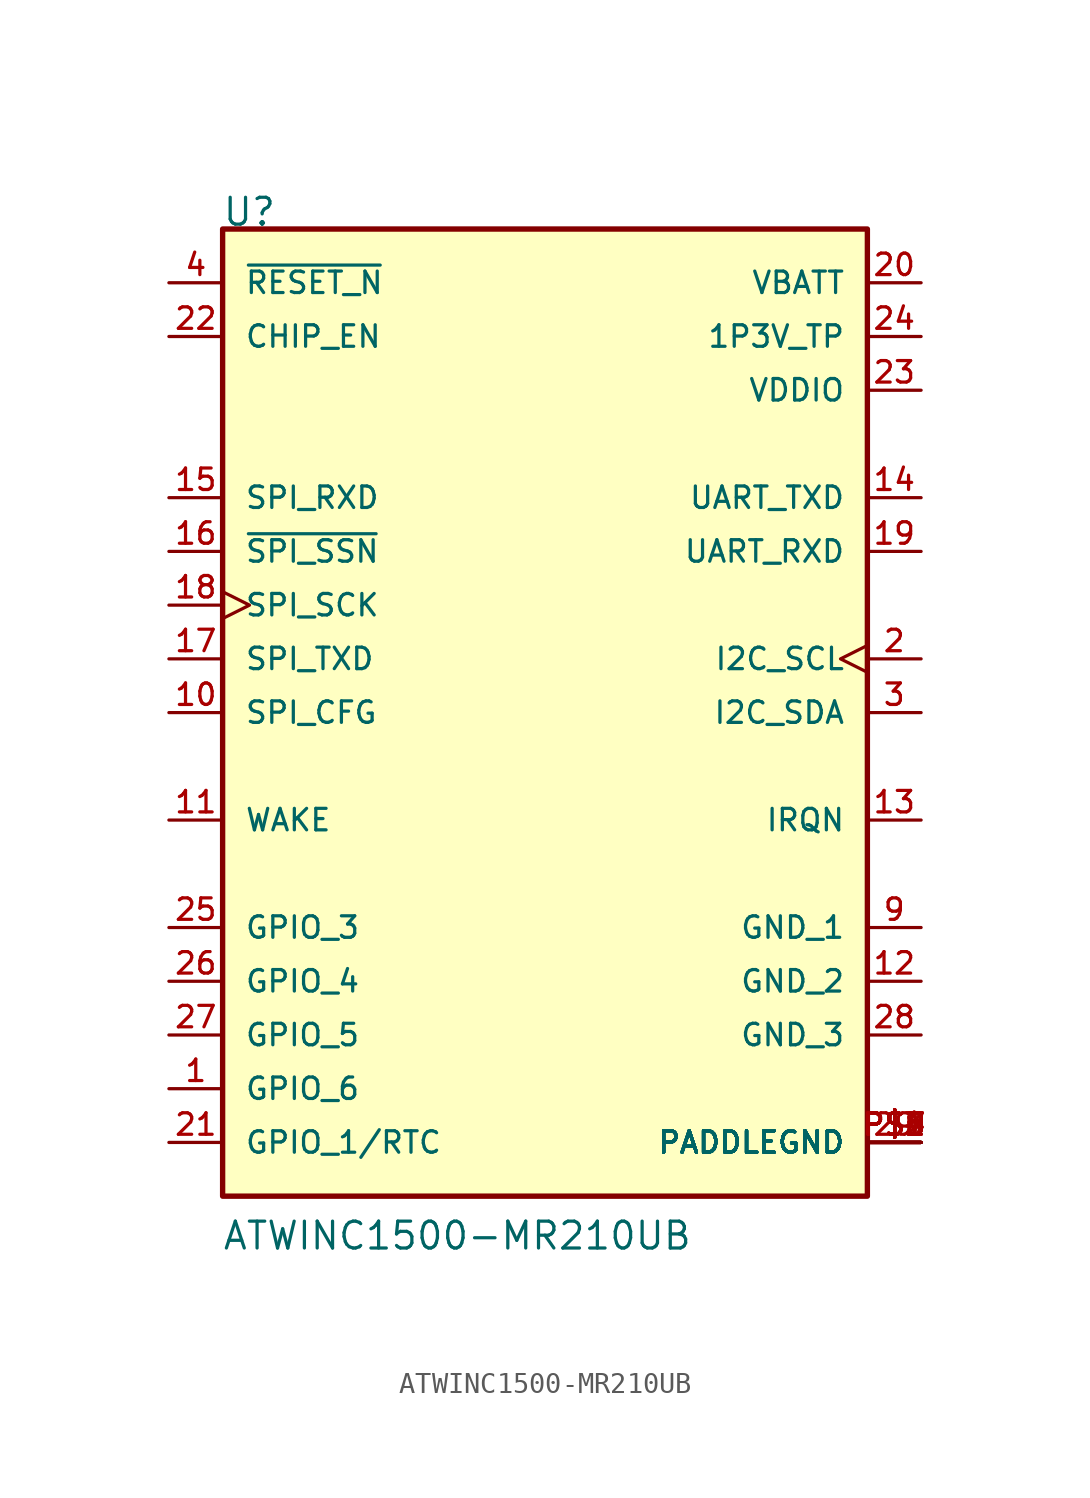
<source format=kicad_sym>
(kicad_symbol_lib
  (version 20211014)
  (generator kicad_symbol_editor)
  (symbol "ATWINC1500-MR210UB"
    (pin_names
      (offset 1.016))
    (property "Reference" "U"
      (at -15.285 22.928 0)
      (effects (font (size 1.27 1.27)) (justify bottom left)))
    (property "Value" "ATWINC1500-MR210UB"
      (at -15.284 -25.473 0)
      (effects (font (size 1.27 1.27)) (justify bottom left)))
    (symbol "ATWINC1500-MR210UB_0_0"
      (rectangle (start -15.24 -22.86) (end 15.24 22.86) (stroke (width 0.254)) (fill (type background)))
      (pin bidirectional line (at -17.78 -17.78 0) (length 2.54) (name "GPIO_6" (effects (font (size 1.016 1.016)))) (number "1" (effects (font (size 1.016 1.016)))))
      (pin bidirectional clock (at 17.78 2.54 180.0) (length 2.54) (name "I2C_SCL" (effects (font (size 1.016 1.016)))) (number "2" (effects (font (size 1.016 1.016)))))
      (pin input line (at -17.78 20.32 0) (length 2.54) (name "~{RESET_N}" (effects (font (size 1.016 1.016)))) (number "4" (effects (font (size 1.016 1.016)))))
      (pin bidirectional line (at 17.78 0.0 180.0) (length 2.54) (name "I2C_SDA" (effects (font (size 1.016 1.016)))) (number "3" (effects (font (size 1.016 1.016)))))
      (pin power_in line (at 17.78 -10.16 180.0) (length 2.54) (name "GND_1" (effects (font (size 1.016 1.016)))) (number "9" (effects (font (size 1.016 1.016)))))
      (pin input line (at -17.78 0.0 0) (length 2.54) (name "SPI_CFG" (effects (font (size 1.016 1.016)))) (number "10" (effects (font (size 1.016 1.016)))))
      (pin input line (at -17.78 -5.08 0) (length 2.54) (name "WAKE" (effects (font (size 1.016 1.016)))) (number "11" (effects (font (size 1.016 1.016)))))
      (pin power_in line (at 17.78 -12.7 180.0) (length 2.54) (name "GND_2" (effects (font (size 1.016 1.016)))) (number "12" (effects (font (size 1.016 1.016)))))
      (pin output line (at 17.78 -5.08 180.0) (length 2.54) (name "IRQN" (effects (font (size 1.016 1.016)))) (number "13" (effects (font (size 1.016 1.016)))))
      (pin output line (at 17.78 10.16 180.0) (length 2.54) (name "UART_TXD" (effects (font (size 1.016 1.016)))) (number "14" (effects (font (size 1.016 1.016)))))
      (pin input line (at -17.78 10.16 0) (length 2.54) (name "SPI_RXD" (effects (font (size 1.016 1.016)))) (number "15" (effects (font (size 1.016 1.016)))))
      (pin input line (at -17.78 7.62 0) (length 2.54) (name "~{SPI_SSN}" (effects (font (size 1.016 1.016)))) (number "16" (effects (font (size 1.016 1.016)))))
      (pin output line (at -17.78 2.54 0) (length 2.54) (name "SPI_TXD" (effects (font (size 1.016 1.016)))) (number "17" (effects (font (size 1.016 1.016)))))
      (pin input clock (at -17.78 5.08 0) (length 2.54) (name "SPI_SCK" (effects (font (size 1.016 1.016)))) (number "18" (effects (font (size 1.016 1.016)))))
      (pin input line (at 17.78 7.62 180.0) (length 2.54) (name "UART_RXD" (effects (font (size 1.016 1.016)))) (number "19" (effects (font (size 1.016 1.016)))))
      (pin power_in line (at 17.78 20.32 180.0) (length 2.54) (name "VBATT" (effects (font (size 1.016 1.016)))) (number "20" (effects (font (size 1.016 1.016)))))
      (pin input line (at -17.78 -20.32 0) (length 2.54) (name "GPIO_1/RTC" (effects (font (size 1.016 1.016)))) (number "21" (effects (font (size 1.016 1.016)))))
      (pin power_in line (at 17.78 15.24 180.0) (length 2.54) (name "VDDIO" (effects (font (size 1.016 1.016)))) (number "23" (effects (font (size 1.016 1.016)))))
      (pin input line (at -17.78 17.78 0) (length 2.54) (name "CHIP_EN" (effects (font (size 1.016 1.016)))) (number "22" (effects (font (size 1.016 1.016)))))
      (pin power_in line (at 17.78 17.78 180.0) (length 2.54) (name "1P3V_TP" (effects (font (size 1.016 1.016)))) (number "24" (effects (font (size 1.016 1.016)))))
      (pin bidirectional line (at -17.78 -10.16 0) (length 2.54) (name "GPIO_3" (effects (font (size 1.016 1.016)))) (number "25" (effects (font (size 1.016 1.016)))))
      (pin bidirectional line (at -17.78 -12.7 0) (length 2.54) (name "GPIO_4" (effects (font (size 1.016 1.016)))) (number "26" (effects (font (size 1.016 1.016)))))
      (pin bidirectional line (at -17.78 -15.24 0) (length 2.54) (name "GPIO_5" (effects (font (size 1.016 1.016)))) (number "27" (effects (font (size 1.016 1.016)))))
      (pin power_in line (at 17.78 -15.24 180.0) (length 2.54) (name "GND_3" (effects (font (size 1.016 1.016)))) (number "28" (effects (font (size 1.016 1.016)))))
      (pin power_in line (at 17.78 -20.32 180.0) (length 2.54) (name "PADDLEGND" (effects (font (size 1.016 1.016)))) (number "29" (effects (font (size 1.016 1.016)))))
      (pin power_in line (at 17.78 -20.32 180.0) (length 2.54) (name "PADDLEGND" (effects (font (size 1.016 1.016)))) (number "P$1" (effects (font (size 1.016 1.016)))))
      (pin power_in line (at 17.78 -20.32 180.0) (length 2.54) (name "PADDLEGND" (effects (font (size 1.016 1.016)))) (number "P$2" (effects (font (size 1.016 1.016)))))
      (pin power_in line (at 17.78 -20.32 180.0) (length 2.54) (name "PADDLEGND" (effects (font (size 1.016 1.016)))) (number "P$3" (effects (font (size 1.016 1.016)))))
      (pin power_in line (at 17.78 -20.32 180.0) (length 2.54) (name "PADDLEGND" (effects (font (size 1.016 1.016)))) (number "P$4" (effects (font (size 1.016 1.016)))))
      (pin power_in line (at 17.78 -20.32 180.0) (length 2.54) (name "PADDLEGND" (effects (font (size 1.016 1.016)))) (number "P$5" (effects (font (size 1.016 1.016)))))
      (pin power_in line (at 17.78 -20.32 180.0) (length 2.54) (name "PADDLEGND" (effects (font (size 1.016 1.016)))) (number "P$6" (effects (font (size 1.016 1.016)))))
      (pin power_in line (at 17.78 -20.32 180.0) (length 2.54) (name "PADDLEGND" (effects (font (size 1.016 1.016)))) (number "P$7" (effects (font (size 1.016 1.016)))))
      (pin power_in line (at 17.78 -20.32 180.0) (length 2.54) (name "PADDLEGND" (effects (font (size 1.016 1.016)))) (number "P$8" (effects (font (size 1.016 1.016)))))
      (pin power_in line (at 17.78 -20.32 180.0) (length 2.54) (name "PADDLEGND" (effects (font (size 1.016 1.016)))) (number "P$9" (effects (font (size 1.016 1.016))))))))
</source>
